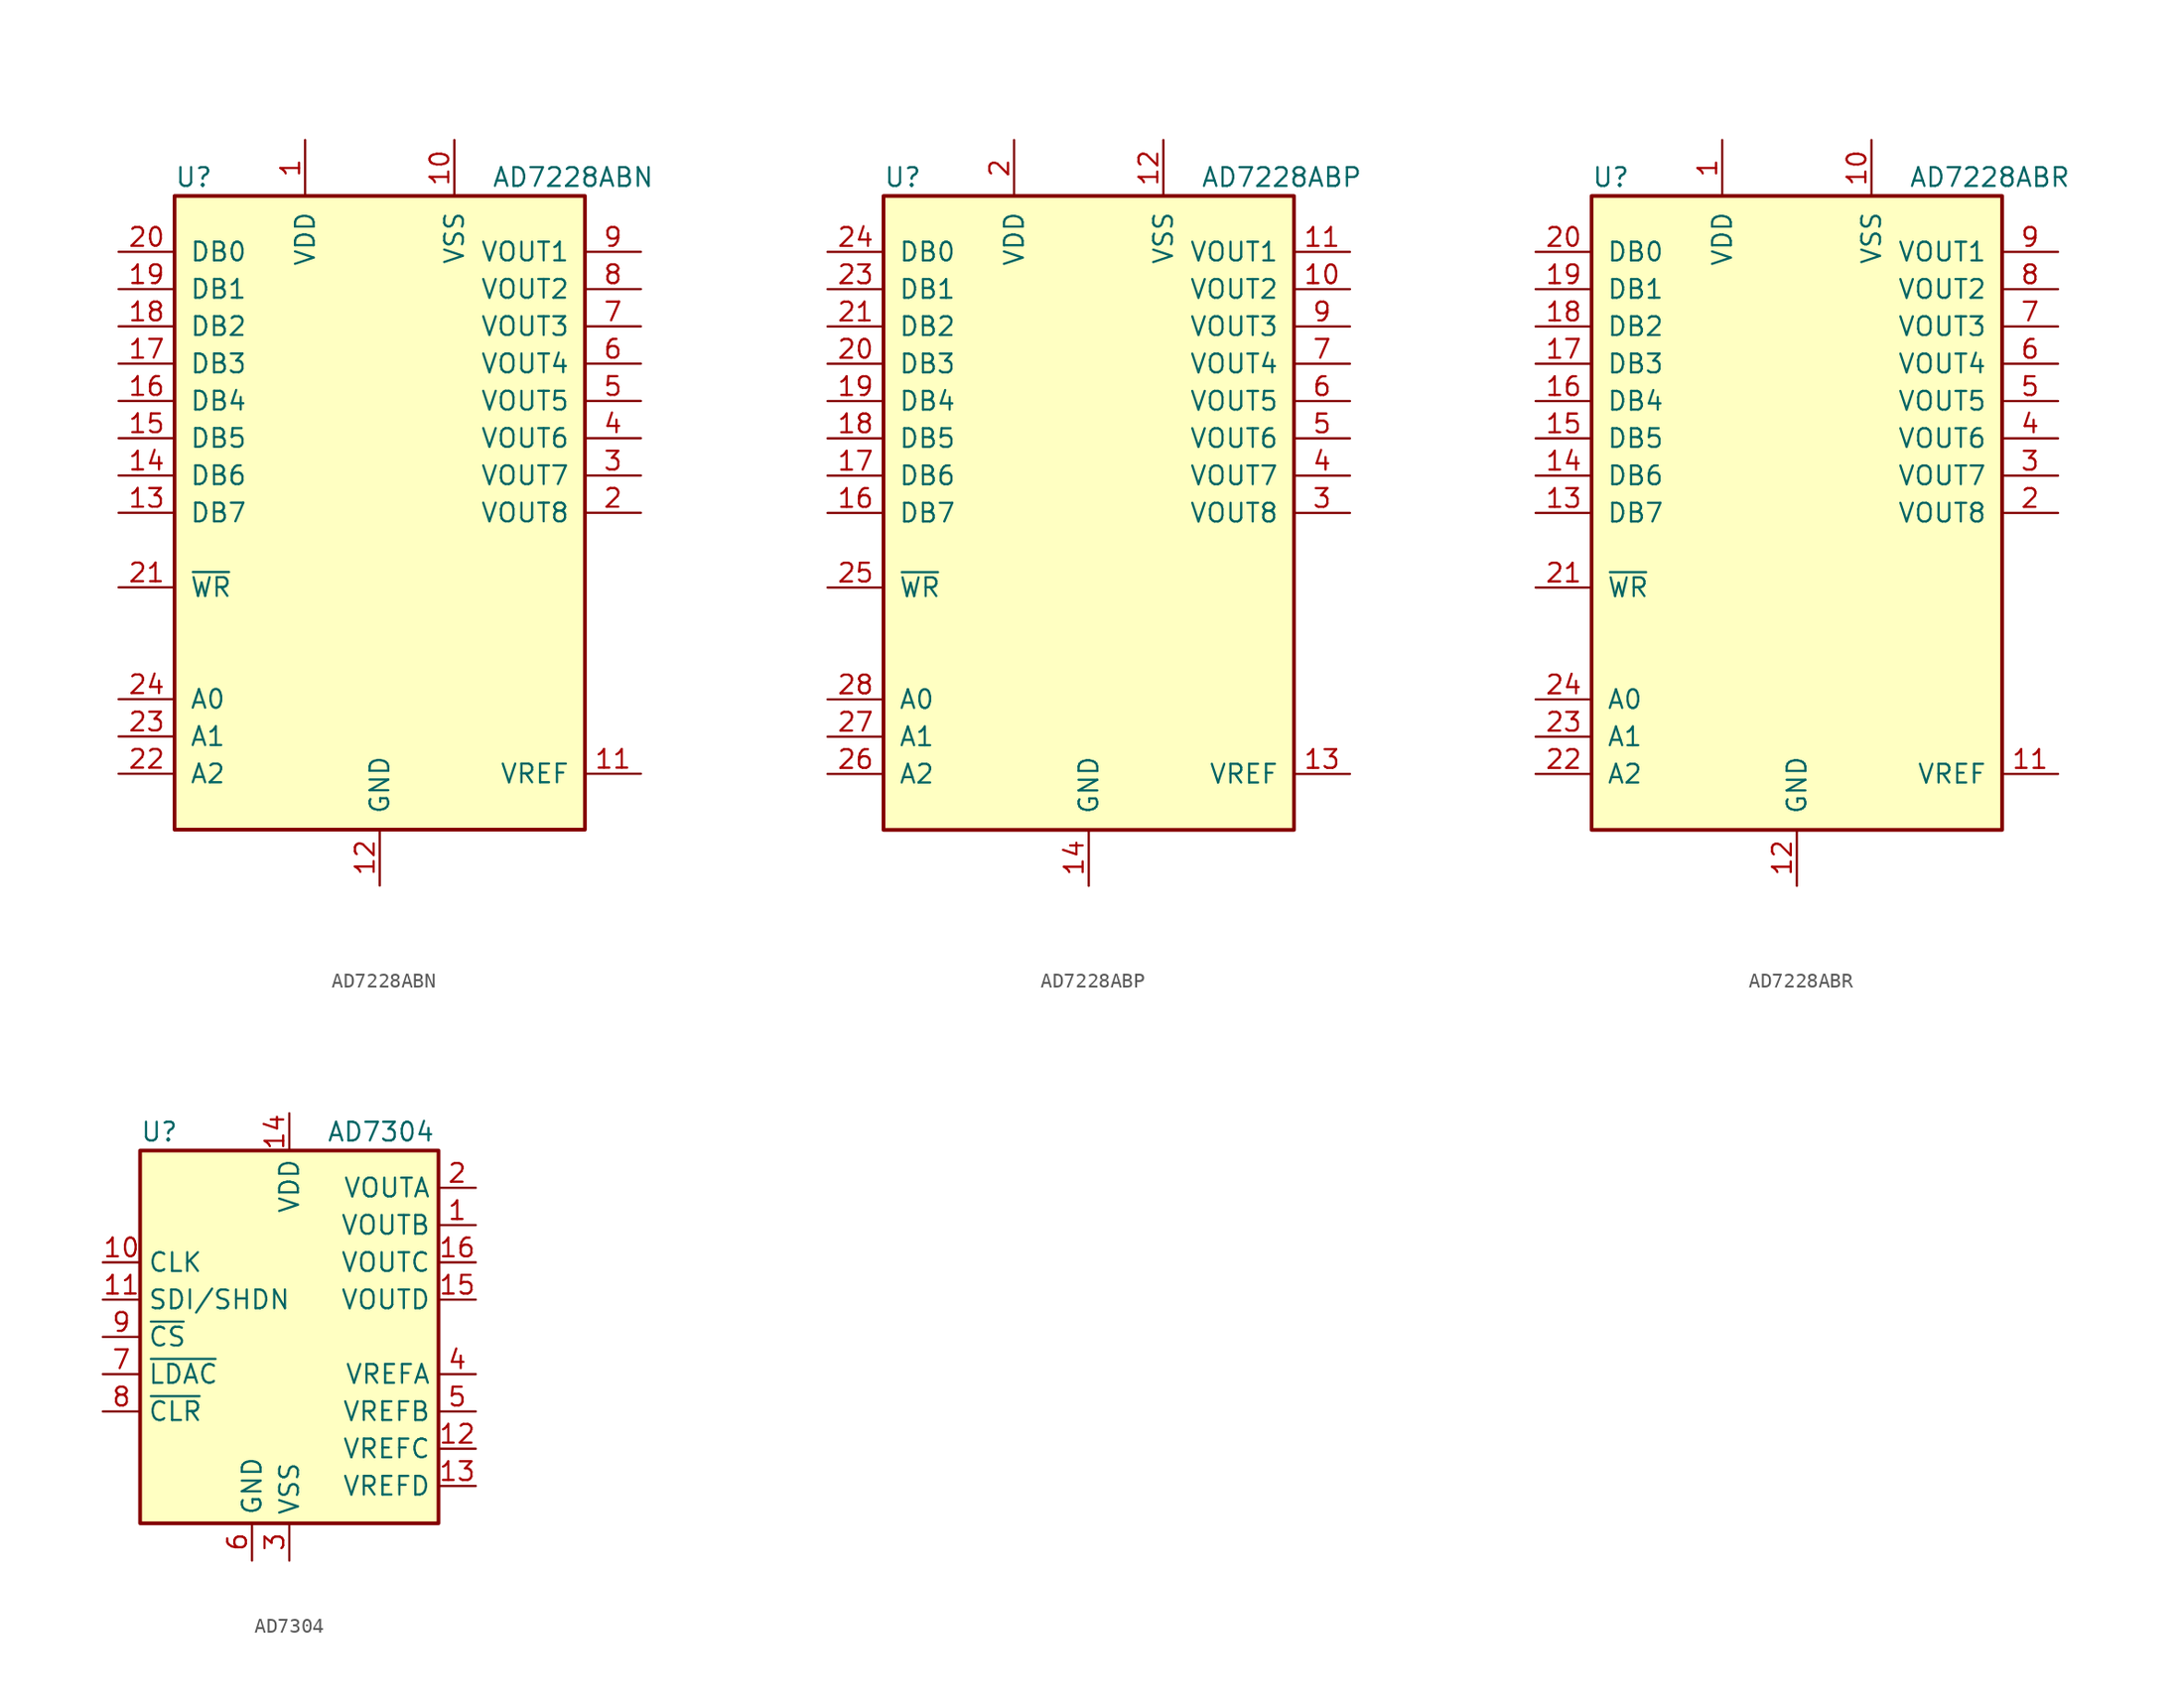
<source format=kicad_sym>
(kicad_symbol_lib
  (version 20201005)
  (generator kicad_symbol_editor)
  (symbol "Analog_DAC:AD7228ABN"
    (pin_names
      (offset 1.016))
    (property "Reference" "U"
      (at -13.97 22.86 0)
      (effects (font (size 1.27 1.27)) (justify left)))
    (property "Value" "AD7228ABN"
      (at 7.62 22.86 0)
      (effects (font (size 1.27 1.27)) (justify left)))
    (symbol "AD7228ABN_0_1"
      (rectangle (start -13.97 -21.59) (end 13.97 21.59) (stroke (width 0.254)) (fill (type background))))
    (symbol "AD7228ABN_1_1"
      (pin power_in line (at -5.08 25.4 270) (length 3.81) (name "VDD" (effects (font (size 1.27 1.27)))) (number "1" (effects (font (size 1.27 1.27)))))
      (pin power_in line (at 5.08 25.4 270) (length 3.81) (name "VSS" (effects (font (size 1.27 1.27)))) (number "10" (effects (font (size 1.27 1.27)))))
      (pin passive line (at 17.78 -17.78 180) (length 3.81) (name "VREF" (effects (font (size 1.27 1.27)))) (number "11" (effects (font (size 1.27 1.27)))))
      (pin power_in line (at 0 -25.4 90) (length 3.81) (name "GND" (effects (font (size 1.27 1.27)))) (number "12" (effects (font (size 1.27 1.27)))))
      (pin input line (at -17.78 0 0) (length 3.81) (name "DB7" (effects (font (size 1.27 1.27)))) (number "13" (effects (font (size 1.27 1.27)))))
      (pin input line (at -17.78 2.54 0) (length 3.81) (name "DB6" (effects (font (size 1.27 1.27)))) (number "14" (effects (font (size 1.27 1.27)))))
      (pin input line (at -17.78 5.08 0) (length 3.81) (name "DB5" (effects (font (size 1.27 1.27)))) (number "15" (effects (font (size 1.27 1.27)))))
      (pin input line (at -17.78 7.62 0) (length 3.81) (name "DB4" (effects (font (size 1.27 1.27)))) (number "16" (effects (font (size 1.27 1.27)))))
      (pin input line (at -17.78 10.16 0) (length 3.81) (name "DB3" (effects (font (size 1.27 1.27)))) (number "17" (effects (font (size 1.27 1.27)))))
      (pin input line (at -17.78 12.7 0) (length 3.81) (name "DB2" (effects (font (size 1.27 1.27)))) (number "18" (effects (font (size 1.27 1.27)))))
      (pin input line (at -17.78 15.24 0) (length 3.81) (name "DB1" (effects (font (size 1.27 1.27)))) (number "19" (effects (font (size 1.27 1.27)))))
      (pin output line (at 17.78 0 180) (length 3.81) (name "VOUT8" (effects (font (size 1.27 1.27)))) (number "2" (effects (font (size 1.27 1.27)))))
      (pin input line (at -17.78 17.78 0) (length 3.81) (name "DB0" (effects (font (size 1.27 1.27)))) (number "20" (effects (font (size 1.27 1.27)))))
      (pin input line (at -17.78 -5.08 0) (length 3.81) (name "~WR" (effects (font (size 1.27 1.27)))) (number "21" (effects (font (size 1.27 1.27)))))
      (pin input line (at -17.78 -17.78 0) (length 3.81) (name "A2" (effects (font (size 1.27 1.27)))) (number "22" (effects (font (size 1.27 1.27)))))
      (pin input line (at -17.78 -15.24 0) (length 3.81) (name "A1" (effects (font (size 1.27 1.27)))) (number "23" (effects (font (size 1.27 1.27)))))
      (pin input line (at -17.78 -12.7 0) (length 3.81) (name "A0" (effects (font (size 1.27 1.27)))) (number "24" (effects (font (size 1.27 1.27)))))
      (pin output line (at 17.78 2.54 180) (length 3.81) (name "VOUT7" (effects (font (size 1.27 1.27)))) (number "3" (effects (font (size 1.27 1.27)))))
      (pin output line (at 17.78 5.08 180) (length 3.81) (name "VOUT6" (effects (font (size 1.27 1.27)))) (number "4" (effects (font (size 1.27 1.27)))))
      (pin output line (at 17.78 7.62 180) (length 3.81) (name "VOUT5" (effects (font (size 1.27 1.27)))) (number "5" (effects (font (size 1.27 1.27)))))
      (pin output line (at 17.78 10.16 180) (length 3.81) (name "VOUT4" (effects (font (size 1.27 1.27)))) (number "6" (effects (font (size 1.27 1.27)))))
      (pin output line (at 17.78 12.7 180) (length 3.81) (name "VOUT3" (effects (font (size 1.27 1.27)))) (number "7" (effects (font (size 1.27 1.27)))))
      (pin output line (at 17.78 15.24 180) (length 3.81) (name "VOUT2" (effects (font (size 1.27 1.27)))) (number "8" (effects (font (size 1.27 1.27)))))
      (pin output line (at 17.78 17.78 180) (length 3.81) (name "VOUT1" (effects (font (size 1.27 1.27)))) (number "9" (effects (font (size 1.27 1.27)))))))
  (symbol "Analog_DAC:AD7228ABP"
    (pin_names
      (offset 1.016))
    (property "Reference" "U"
      (at -13.97 22.86 0)
      (effects (font (size 1.27 1.27)) (justify left)))
    (property "Value" "AD7228ABP"
      (at 7.62 22.86 0)
      (effects (font (size 1.27 1.27)) (justify left)))
    (symbol "AD7228ABP_0_1"
      (rectangle (start -13.97 -21.59) (end 13.97 21.59) (stroke (width 0.254)) (fill (type background))))
    (symbol "AD7228ABP_1_1"
      (pin output line (at 17.78 15.24 180) (length 3.81) (name "VOUT2" (effects (font (size 1.27 1.27)))) (number "10" (effects (font (size 1.27 1.27)))))
      (pin output line (at 17.78 17.78 180) (length 3.81) (name "VOUT1" (effects (font (size 1.27 1.27)))) (number "11" (effects (font (size 1.27 1.27)))))
      (pin power_in line (at 5.08 25.4 270) (length 3.81) (name "VSS" (effects (font (size 1.27 1.27)))) (number "12" (effects (font (size 1.27 1.27)))))
      (pin passive line (at 17.78 -17.78 180) (length 3.81) (name "VREF" (effects (font (size 1.27 1.27)))) (number "13" (effects (font (size 1.27 1.27)))))
      (pin power_in line (at 0 -25.4 90) (length 3.81) (name "GND" (effects (font (size 1.27 1.27)))) (number "14" (effects (font (size 1.27 1.27)))))
      (pin input line (at -17.78 0 0) (length 3.81) (name "DB7" (effects (font (size 1.27 1.27)))) (number "16" (effects (font (size 1.27 1.27)))))
      (pin input line (at -17.78 2.54 0) (length 3.81) (name "DB6" (effects (font (size 1.27 1.27)))) (number "17" (effects (font (size 1.27 1.27)))))
      (pin input line (at -17.78 5.08 0) (length 3.81) (name "DB5" (effects (font (size 1.27 1.27)))) (number "18" (effects (font (size 1.27 1.27)))))
      (pin input line (at -17.78 7.62 0) (length 3.81) (name "DB4" (effects (font (size 1.27 1.27)))) (number "19" (effects (font (size 1.27 1.27)))))
      (pin power_in line (at -5.08 25.4 270) (length 3.81) (name "VDD" (effects (font (size 1.27 1.27)))) (number "2" (effects (font (size 1.27 1.27)))))
      (pin input line (at -17.78 10.16 0) (length 3.81) (name "DB3" (effects (font (size 1.27 1.27)))) (number "20" (effects (font (size 1.27 1.27)))))
      (pin input line (at -17.78 12.7 0) (length 3.81) (name "DB2" (effects (font (size 1.27 1.27)))) (number "21" (effects (font (size 1.27 1.27)))))
      (pin input line (at -17.78 15.24 0) (length 3.81) (name "DB1" (effects (font (size 1.27 1.27)))) (number "23" (effects (font (size 1.27 1.27)))))
      (pin input line (at -17.78 17.78 0) (length 3.81) (name "DB0" (effects (font (size 1.27 1.27)))) (number "24" (effects (font (size 1.27 1.27)))))
      (pin input line (at -17.78 -5.08 0) (length 3.81) (name "~WR" (effects (font (size 1.27 1.27)))) (number "25" (effects (font (size 1.27 1.27)))))
      (pin input line (at -17.78 -17.78 0) (length 3.81) (name "A2" (effects (font (size 1.27 1.27)))) (number "26" (effects (font (size 1.27 1.27)))))
      (pin input line (at -17.78 -15.24 0) (length 3.81) (name "A1" (effects (font (size 1.27 1.27)))) (number "27" (effects (font (size 1.27 1.27)))))
      (pin input line (at -17.78 -12.7 0) (length 3.81) (name "A0" (effects (font (size 1.27 1.27)))) (number "28" (effects (font (size 1.27 1.27)))))
      (pin output line (at 17.78 0 180) (length 3.81) (name "VOUT8" (effects (font (size 1.27 1.27)))) (number "3" (effects (font (size 1.27 1.27)))))
      (pin output line (at 17.78 2.54 180) (length 3.81) (name "VOUT7" (effects (font (size 1.27 1.27)))) (number "4" (effects (font (size 1.27 1.27)))))
      (pin output line (at 17.78 5.08 180) (length 3.81) (name "VOUT6" (effects (font (size 1.27 1.27)))) (number "5" (effects (font (size 1.27 1.27)))))
      (pin output line (at 17.78 7.62 180) (length 3.81) (name "VOUT5" (effects (font (size 1.27 1.27)))) (number "6" (effects (font (size 1.27 1.27)))))
      (pin output line (at 17.78 10.16 180) (length 3.81) (name "VOUT4" (effects (font (size 1.27 1.27)))) (number "7" (effects (font (size 1.27 1.27)))))
      (pin output line (at 17.78 12.7 180) (length 3.81) (name "VOUT3" (effects (font (size 1.27 1.27)))) (number "9" (effects (font (size 1.27 1.27)))))))
  (symbol "Analog_DAC:AD7228ABR"
    (pin_names
      (offset 1.016))
    (property "Reference" "U"
      (at -13.97 22.86 0)
      (effects (font (size 1.27 1.27)) (justify left)))
    (property "Value" "AD7228ABR"
      (at 7.62 22.86 0)
      (effects (font (size 1.27 1.27)) (justify left)))
    (symbol "AD7228ABR_0_1"
      (rectangle (start -13.97 -21.59) (end 13.97 21.59) (stroke (width 0.254)) (fill (type background))))
    (symbol "AD7228ABR_1_1"
      (pin power_in line (at -5.08 25.4 270) (length 3.81) (name "VDD" (effects (font (size 1.27 1.27)))) (number "1" (effects (font (size 1.27 1.27)))))
      (pin power_in line (at 5.08 25.4 270) (length 3.81) (name "VSS" (effects (font (size 1.27 1.27)))) (number "10" (effects (font (size 1.27 1.27)))))
      (pin passive line (at 17.78 -17.78 180) (length 3.81) (name "VREF" (effects (font (size 1.27 1.27)))) (number "11" (effects (font (size 1.27 1.27)))))
      (pin power_in line (at 0 -25.4 90) (length 3.81) (name "GND" (effects (font (size 1.27 1.27)))) (number "12" (effects (font (size 1.27 1.27)))))
      (pin input line (at -17.78 0 0) (length 3.81) (name "DB7" (effects (font (size 1.27 1.27)))) (number "13" (effects (font (size 1.27 1.27)))))
      (pin input line (at -17.78 2.54 0) (length 3.81) (name "DB6" (effects (font (size 1.27 1.27)))) (number "14" (effects (font (size 1.27 1.27)))))
      (pin input line (at -17.78 5.08 0) (length 3.81) (name "DB5" (effects (font (size 1.27 1.27)))) (number "15" (effects (font (size 1.27 1.27)))))
      (pin input line (at -17.78 7.62 0) (length 3.81) (name "DB4" (effects (font (size 1.27 1.27)))) (number "16" (effects (font (size 1.27 1.27)))))
      (pin input line (at -17.78 10.16 0) (length 3.81) (name "DB3" (effects (font (size 1.27 1.27)))) (number "17" (effects (font (size 1.27 1.27)))))
      (pin input line (at -17.78 12.7 0) (length 3.81) (name "DB2" (effects (font (size 1.27 1.27)))) (number "18" (effects (font (size 1.27 1.27)))))
      (pin input line (at -17.78 15.24 0) (length 3.81) (name "DB1" (effects (font (size 1.27 1.27)))) (number "19" (effects (font (size 1.27 1.27)))))
      (pin output line (at 17.78 0 180) (length 3.81) (name "VOUT8" (effects (font (size 1.27 1.27)))) (number "2" (effects (font (size 1.27 1.27)))))
      (pin input line (at -17.78 17.78 0) (length 3.81) (name "DB0" (effects (font (size 1.27 1.27)))) (number "20" (effects (font (size 1.27 1.27)))))
      (pin input line (at -17.78 -5.08 0) (length 3.81) (name "~WR" (effects (font (size 1.27 1.27)))) (number "21" (effects (font (size 1.27 1.27)))))
      (pin input line (at -17.78 -17.78 0) (length 3.81) (name "A2" (effects (font (size 1.27 1.27)))) (number "22" (effects (font (size 1.27 1.27)))))
      (pin input line (at -17.78 -15.24 0) (length 3.81) (name "A1" (effects (font (size 1.27 1.27)))) (number "23" (effects (font (size 1.27 1.27)))))
      (pin input line (at -17.78 -12.7 0) (length 3.81) (name "A0" (effects (font (size 1.27 1.27)))) (number "24" (effects (font (size 1.27 1.27)))))
      (pin output line (at 17.78 2.54 180) (length 3.81) (name "VOUT7" (effects (font (size 1.27 1.27)))) (number "3" (effects (font (size 1.27 1.27)))))
      (pin output line (at 17.78 5.08 180) (length 3.81) (name "VOUT6" (effects (font (size 1.27 1.27)))) (number "4" (effects (font (size 1.27 1.27)))))
      (pin output line (at 17.78 7.62 180) (length 3.81) (name "VOUT5" (effects (font (size 1.27 1.27)))) (number "5" (effects (font (size 1.27 1.27)))))
      (pin output line (at 17.78 10.16 180) (length 3.81) (name "VOUT4" (effects (font (size 1.27 1.27)))) (number "6" (effects (font (size 1.27 1.27)))))
      (pin output line (at 17.78 12.7 180) (length 3.81) (name "VOUT3" (effects (font (size 1.27 1.27)))) (number "7" (effects (font (size 1.27 1.27)))))
      (pin output line (at 17.78 15.24 180) (length 3.81) (name "VOUT2" (effects (font (size 1.27 1.27)))) (number "8" (effects (font (size 1.27 1.27)))))
      (pin output line (at 17.78 17.78 180) (length 3.81) (name "VOUT1" (effects (font (size 1.27 1.27)))) (number "9" (effects (font (size 1.27 1.27)))))))
  (symbol "Analog_DAC:AD7304"
    (property "Reference" "U"
      (at -10.16 13.97 0)
      (effects (font (size 1.27 1.27)) (justify left)))
    (property "Value" "AD7304"
      (at 2.54 13.97 0)
      (effects (font (size 1.27 1.27)) (justify left)))
    (symbol "AD7304_0_1"
      (rectangle (start -10.16 12.7) (end 10.16 -12.7) (stroke (width 0.254)) (fill (type background))))
    (symbol "AD7304_1_1"
      (pin output line (at 12.7 7.62 180) (length 2.54) (name "VOUTB" (effects (font (size 1.27 1.27)))) (number "1" (effects (font (size 1.27 1.27)))))
      (pin input line (at -12.7 5.08 0) (length 2.54) (name "CLK" (effects (font (size 1.27 1.27)))) (number "10" (effects (font (size 1.27 1.27)))))
      (pin input line (at -12.7 2.54 0) (length 2.54) (name "SDI/SHDN" (effects (font (size 1.27 1.27)))) (number "11" (effects (font (size 1.27 1.27)))))
      (pin input line (at 12.7 -7.62 180) (length 2.54) (name "VREFC" (effects (font (size 1.27 1.27)))) (number "12" (effects (font (size 1.27 1.27)))))
      (pin input line (at 12.7 -10.16 180) (length 2.54) (name "VREFD" (effects (font (size 1.27 1.27)))) (number "13" (effects (font (size 1.27 1.27)))))
      (pin power_in line (at 0 15.24 270) (length 2.54) (name "VDD" (effects (font (size 1.27 1.27)))) (number "14" (effects (font (size 1.27 1.27)))))
      (pin output line (at 12.7 2.54 180) (length 2.54) (name "VOUTD" (effects (font (size 1.27 1.27)))) (number "15" (effects (font (size 1.27 1.27)))))
      (pin output line (at 12.7 5.08 180) (length 2.54) (name "VOUTC" (effects (font (size 1.27 1.27)))) (number "16" (effects (font (size 1.27 1.27)))))
      (pin output line (at 12.7 10.16 180) (length 2.54) (name "VOUTA" (effects (font (size 1.27 1.27)))) (number "2" (effects (font (size 1.27 1.27)))))
      (pin power_in line (at 0 -15.24 90) (length 2.54) (name "VSS" (effects (font (size 1.27 1.27)))) (number "3" (effects (font (size 1.27 1.27)))))
      (pin input line (at 12.7 -2.54 180) (length 2.54) (name "VREFA" (effects (font (size 1.27 1.27)))) (number "4" (effects (font (size 1.27 1.27)))))
      (pin input line (at 12.7 -5.08 180) (length 2.54) (name "VREFB" (effects (font (size 1.27 1.27)))) (number "5" (effects (font (size 1.27 1.27)))))
      (pin power_in line (at -2.54 -15.24 90) (length 2.54) (name "GND" (effects (font (size 1.27 1.27)))) (number "6" (effects (font (size 1.27 1.27)))))
      (pin output line (at -12.7 -2.54 0) (length 2.54) (name "~LDAC" (effects (font (size 1.27 1.27)))) (number "7" (effects (font (size 1.27 1.27)))))
      (pin output line (at -12.7 -5.08 0) (length 2.54) (name "~CLR" (effects (font (size 1.27 1.27)))) (number "8" (effects (font (size 1.27 1.27)))))
      (pin input line (at -12.7 0 0) (length 2.54) (name "~CS" (effects (font (size 1.27 1.27)))) (number "9" (effects (font (size 1.27 1.27))))))))
</source>
